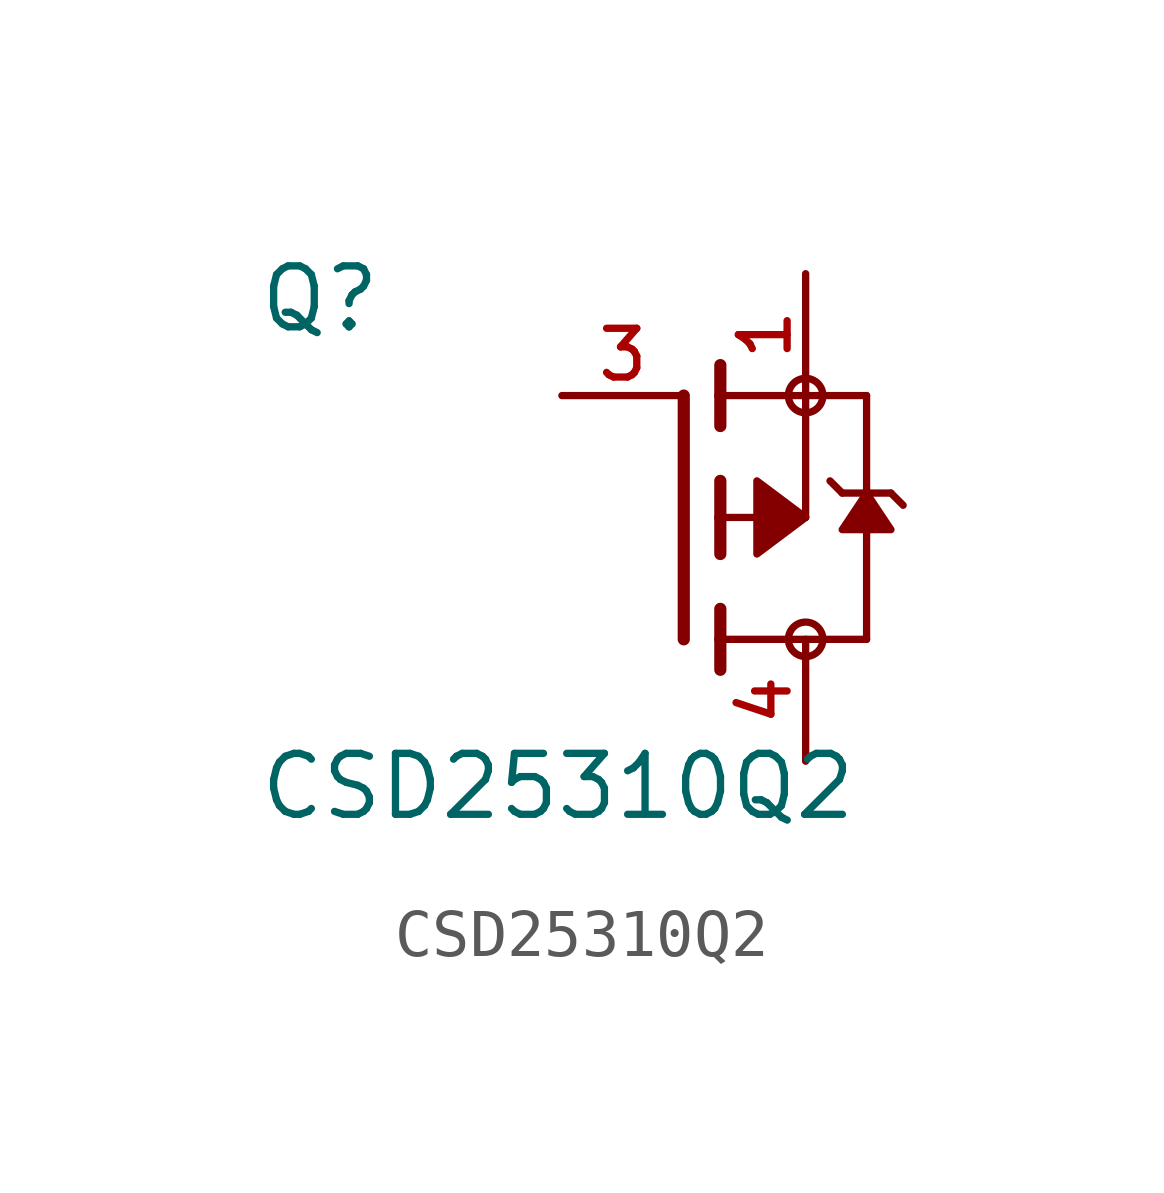
<source format=kicad_sym>
(kicad_symbol_lib
  (version 20241209)
  (generator "kicad_symbol_editor")
  (generator_version "9.0")
  (symbol "CSD25310Q2"
    (pin_names
      (offset 1.016))
    (property "Reference" "Q"
      (at -8.89 3.81 0)
      (effects (font (size 1.27 1.27)) (justify left bottom)))
    (property "Value" "CSD25310Q2"
      (at -8.89 -6.35 0)
      (effects (font (size 1.27 1.27)) (justify left bottom)))
    (symbol "CSD25310Q2_0_0"
      (polyline (pts (xy 0 -2.54) (xy 0 2.54)) (stroke (width 0.254) (type default)) (fill (type none)))
      (polyline (pts (xy 0.762 2.54) (xy 0.762 3.175)) (stroke (width 0.254) (type default)) (fill (type none)))
      (polyline (pts (xy 0.762 1.905) (xy 0.762 2.54)) (stroke (width 0.254) (type default)) (fill (type none)))
      (polyline (pts (xy 0.762 0) (xy 0.762 0.762)) (stroke (width 0.254) (type default)) (fill (type none)))
      (polyline (pts (xy 0.762 0) (xy 2.54 0)) (stroke (width 0.152) (type default)) (fill (type none)))
      (polyline (pts (xy 0.762 -0.762) (xy 0.762 0)) (stroke (width 0.254) (type default)) (fill (type none)))
      (polyline (pts (xy 0.762 -2.54) (xy 0.762 -1.905)) (stroke (width 0.254) (type default)) (fill (type none)))
      (polyline (pts (xy 0.762 -2.54) (xy 3.81 -2.54)) (stroke (width 0.152) (type default)) (fill (type none)))
      (polyline (pts (xy 0.762 -3.175) (xy 0.762 -2.54)) (stroke (width 0.254) (type default)) (fill (type none)))
      (polyline (pts (xy 2.54 2.54) (xy 0.762 2.54)) (stroke (width 0.152) (type default)) (fill (type none)))
      (polyline (pts (xy 2.54 2.54) (xy 3.81 2.54)) (stroke (width 0.152) (type default)) (fill (type none)))
      (circle (center 2.54 2.54) (radius 0.359) (stroke (width 0) (type default)) (fill (type none)))
      (polyline (pts (xy 2.54 0) (xy 2.54 2.54)) (stroke (width 0.152) (type default)) (fill (type none)))
      (polyline (pts (xy 2.54 0) (xy 1.524 0.762) (xy 1.524 -0.762) (xy 2.54 0)) (stroke (width 0.152) (type default)) (fill (type outline)))
      (circle (center 2.54 -2.54) (radius 0.359) (stroke (width 0) (type default)) (fill (type none)))
      (polyline (pts (xy 3.048 0.762) (xy 3.302 0.508)) (stroke (width 0.152) (type default)) (fill (type none)))
      (polyline (pts (xy 3.302 0.508) (xy 3.81 0.508)) (stroke (width 0.152) (type default)) (fill (type none)))
      (polyline (pts (xy 3.81 0.508) (xy 3.81 2.54)) (stroke (width 0.152) (type default)) (fill (type none)))
      (polyline (pts (xy 3.81 0.508) (xy 4.318 0.508)) (stroke (width 0.152) (type default)) (fill (type none)))
      (polyline (pts (xy 3.81 0.508) (xy 4.318 -0.254) (xy 3.302 -0.254) (xy 3.81 0.508)) (stroke (width 0.152) (type default)) (fill (type outline)))
      (polyline (pts (xy 3.81 -2.54) (xy 3.81 0.508)) (stroke (width 0.152) (type default)) (fill (type none)))
      (polyline (pts (xy 4.318 0.508) (xy 4.572 0.254)) (stroke (width 0.152) (type default)) (fill (type none)))
      (pin passive line (at -2.54 2.54 0) (length 2.54) (name "~" (effects (font (size 1.016 1.016)))) (number "3" (effects (font (size 1.016 1.016)))))
      (pin passive line (at 2.54 5.08 270) (length 2.54) (name "~" (effects (font (size 1.016 1.016)))) (number "1" (effects (font (size 1.016 1.016)))))
      (pin passive line (at 2.54 5.08 270) (length 2.54) (hide yes) (name "~" (effects (font (size 1.016 1.016)))) (number "2" (effects (font (size 1.016 1.016)))))
      (pin passive line (at 2.54 5.08 270) (length 2.54) (hide yes) (name "~" (effects (font (size 1.016 1.016)))) (number "5" (effects (font (size 1.016 1.016)))))
      (pin passive line (at 2.54 5.08 270) (length 2.54) (hide yes) (name "~" (effects (font (size 1.016 1.016)))) (number "6" (effects (font (size 1.016 1.016)))))
      (pin passive line (at 2.54 5.08 270) (length 2.54) (hide yes) (name "~" (effects (font (size 1.016 1.016)))) (number "7" (effects (font (size 1.016 1.016)))))
      (pin passive line (at 2.54 -5.08 90) (length 2.54) (name "~" (effects (font (size 1.016 1.016)))) (number "4" (effects (font (size 1.016 1.016)))))
      (pin passive line (at 2.54 -5.08 90) (length 2.54) (hide yes) (name "~" (effects (font (size 1.016 1.016)))) (number "8" (effects (font (size 1.016 1.016))))))))
</source>
